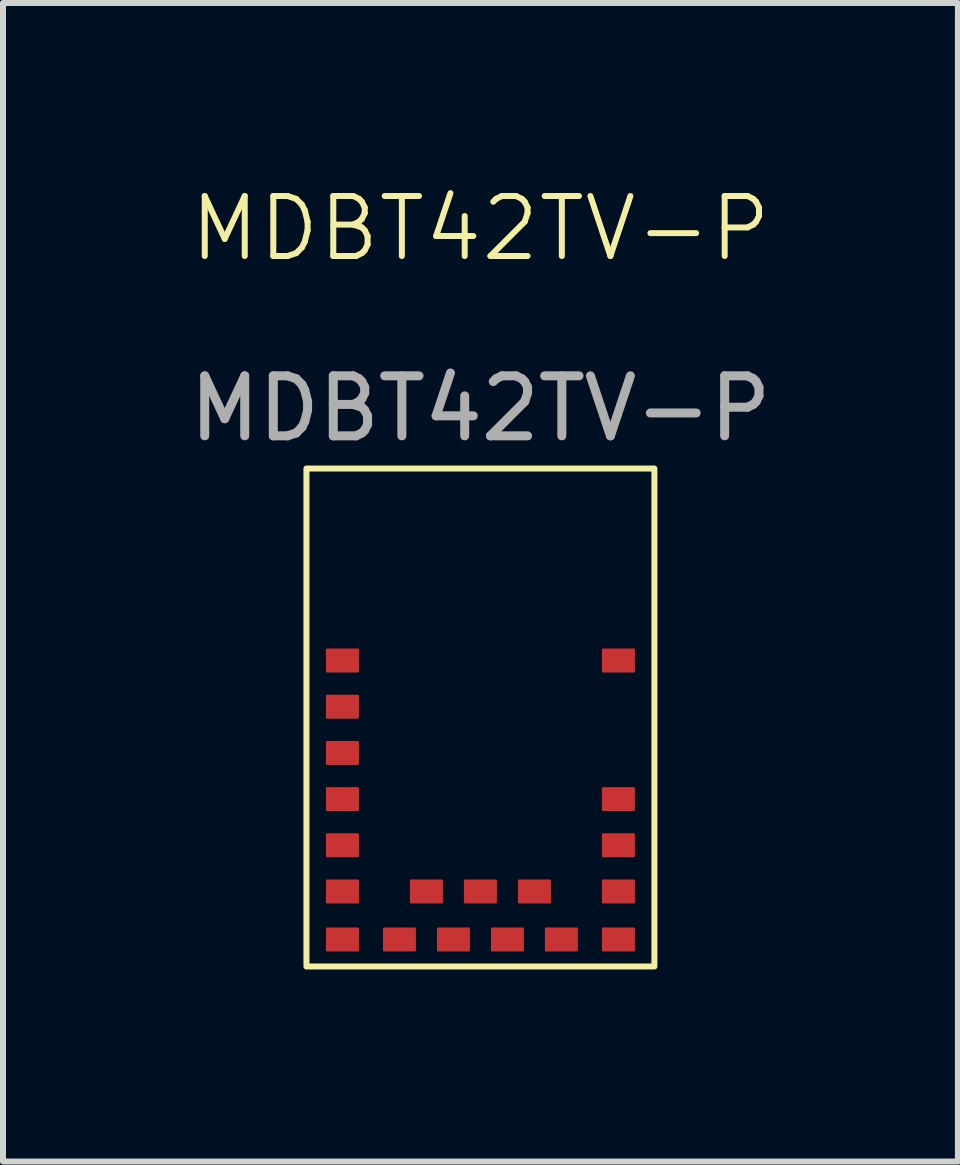
<source format=kicad_pcb>
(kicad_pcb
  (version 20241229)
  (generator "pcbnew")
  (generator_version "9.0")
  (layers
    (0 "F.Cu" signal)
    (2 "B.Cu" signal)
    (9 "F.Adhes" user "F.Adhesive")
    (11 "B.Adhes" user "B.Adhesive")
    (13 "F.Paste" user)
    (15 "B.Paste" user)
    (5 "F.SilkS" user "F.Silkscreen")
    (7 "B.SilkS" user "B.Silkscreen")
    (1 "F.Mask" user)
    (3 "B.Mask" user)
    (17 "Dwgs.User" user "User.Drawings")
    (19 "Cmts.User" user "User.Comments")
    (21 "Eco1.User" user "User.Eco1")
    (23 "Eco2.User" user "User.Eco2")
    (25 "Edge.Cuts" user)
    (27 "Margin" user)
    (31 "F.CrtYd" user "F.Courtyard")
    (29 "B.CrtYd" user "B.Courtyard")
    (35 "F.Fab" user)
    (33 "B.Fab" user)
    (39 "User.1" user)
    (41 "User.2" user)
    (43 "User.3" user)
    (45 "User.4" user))
  (footprint "MDBT42TV-P"
    (layer "F.Cu")
    (at 2.058 13.06)
    (property "Reference" "MDBT42TV-P" (at 2.9 -12.3 0) (unlocked yes) (layer "F.SilkS") (effects (font (size 1 1) (thickness 0.1))))
    (attr smd)
    (fp_rect (start 0 -8.3) (end 5.8 0) (stroke (width 0.1) (type default)) (fill no) (layer "F.SilkS"))
    (fp_rect (start 0 -8.3) (end 5.8 -5.3) (stroke (width 0.1) (type solid)) (fill no) (layer "Margin"))
    (fp_rect (start 0.922 -5.279) (end 2.422 -4.079) (stroke (width 0.1) (type solid)) (fill no) (layer "Margin"))
    (fp_text user "${REFERENCE}" (at 2.9 -9.3 0) (unlocked yes) (layer "F.Fab") (effects (font (size 1 1) (thickness 0.15))))
    (pad "1" smd roundrect (at 0.6 -5.1) (size 0.55 0.4) (layers "F.Cu" "F.Mask" "F.Paste") (roundrect_rratio 0.05))
    (pad "2" smd roundrect (at 0.6 -4.33) (size 0.55 0.4) (layers "F.Cu" "F.Mask" "F.Paste") (roundrect_rratio 0.05))
    (pad "3" smd roundrect (at 0.6 -3.56) (size 0.55 0.4) (layers "F.Cu" "F.Mask" "F.Paste") (roundrect_rratio 0.05))
    (pad "4" smd roundrect (at 0.6 -2.79) (size 0.55 0.4) (layers "F.Cu" "F.Mask" "F.Paste") (roundrect_rratio 0.05))
    (pad "5" smd roundrect (at 0.6 -2.02) (size 0.55 0.4) (layers "F.Cu" "F.Mask" "F.Paste") (roundrect_rratio 0.05))
    (pad "6" smd roundrect (at 0.6 -1.25) (size 0.55 0.4) (layers "F.Cu" "F.Mask" "F.Paste") (roundrect_rratio 0.05))
    (pad "7" smd roundrect (at 0.6 -0.45) (size 0.55 0.4) (layers "F.Cu" "F.Mask" "F.Paste") (roundrect_rratio 0.05))
    (pad "8" smd roundrect (at 1.55 -0.45) (size 0.55 0.4) (layers "F.Cu" "F.Mask" "F.Paste") (roundrect_rratio 0.05))
    (pad "9" smd roundrect (at 2 -1.25) (size 0.55 0.4) (layers "F.Cu" "F.Mask" "F.Paste") (roundrect_rratio 0.05))
    (pad "10" smd roundrect (at 2.45 -0.45) (size 0.55 0.4) (layers "F.Cu" "F.Mask" "F.Paste") (roundrect_rratio 0.05))
    (pad "11" smd roundrect (at 2.9 -1.25) (size 0.55 0.4) (layers "F.Cu" "F.Mask" "F.Paste") (roundrect_rratio 0.05))
    (pad "12" smd roundrect (at 3.35 -0.45) (size 0.55 0.4) (layers "F.Cu" "F.Mask" "F.Paste") (roundrect_rratio 0.05))
    (pad "13" smd roundrect (at 3.8 -1.25) (size 0.55 0.4) (layers "F.Cu" "F.Mask" "F.Paste") (roundrect_rratio 0.05))
    (pad "14" smd roundrect (at 4.25 -0.45) (size 0.55 0.4) (layers "F.Cu" "F.Mask" "F.Paste") (roundrect_rratio 0.05))
    (pad "15" smd roundrect (at 5.2 -0.45) (size 0.55 0.4) (layers "F.Cu" "F.Mask" "F.Paste") (roundrect_rratio 0.05))
    (pad "16" smd roundrect (at 5.2 -1.25) (size 0.55 0.4) (layers "F.Cu" "F.Mask" "F.Paste") (roundrect_rratio 0.05))
    (pad "17" smd roundrect (at 5.2 -2.02) (size 0.55 0.4) (layers "F.Cu" "F.Mask" "F.Paste") (roundrect_rratio 0.05))
    (pad "18" smd roundrect (at 5.2 -2.79) (size 0.55 0.4) (layers "F.Cu" "F.Mask" "F.Paste") (roundrect_rratio 0.05))
    (pad "19" smd roundrect (at 5.2 -5.1) (size 0.55 0.4) (layers "F.Cu" "F.Mask" "F.Paste") (roundrect_rratio 0.05))
    (zone (net_name "") (layer "F.SilkS") (hatch full 0.5) (connect_pads) (min_thickness 0.25) (filled_areas_thickness no) (keepout (tracks not_allowed) (vias not_allowed) (pads not_allowed) (copperpour not_allowed) (footprints not_allowed)) (placement (enabled no)) (fill) (polygon (pts (xy 2.058 4.761) (xy 7.858 4.761) (xy 7.856 7.811) (xy 2.055 7.811) (xy 2.056 7.811))))
    (zone (net_name "") (layers "F.SilkS" "Margin") (hatch edge 0.5) (connect_pads) (min_thickness 0.25) (filled_areas_thickness no) (keepout (tracks not_allowed) (vias not_allowed) (pads not_allowed) (copperpour allowed) (footprints allowed)) (placement (enabled no)) (fill) (polygon (pts (xy 2.928 9.029) (xy 2.928 7.808) (xy 4.537 7.813) (xy 4.534 9.031)))))
  (gr_rect
    (start -3 -3)
    (end 12.917 16.311)
    (stroke (width 0.1) (type default))
    (fill no)
    (layer "Edge.Cuts")))
</source>
